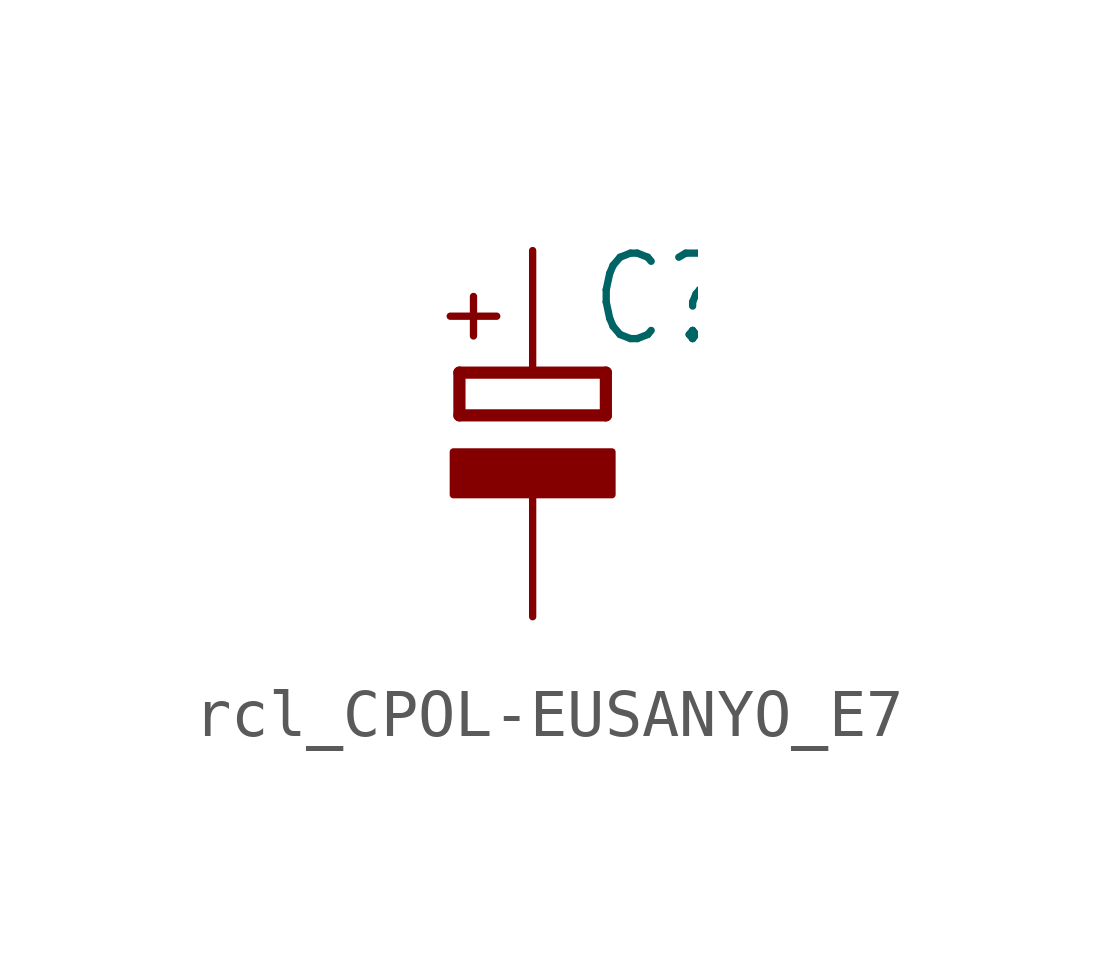
<source format=kicad_sym>
(kicad_symbol_lib
  (version 20231120)
  (generator "kicad_symbol_editor")
  (generator_version "8.0")
  (symbol "rcl_CPOL-EUSANYO_E7"
    (property "Reference" "C"
      (at 1.143 0.483 0)
      (effects (font (size 1.778 1.511)) (justify left bottom)))
    (property "Value" ""
      (at 1.143 -4.597 0)
      (effects (font (size 1.778 1.511)) (justify left bottom)))
    (property "ki_locked" ""
      (at 0 0 0)
      (effects (font (size 1.27 1.27))))
    (symbol "rcl_CPOL-EUSANYO_E7_1_0"
      (rectangle (start -1.651 -2.54) (end 1.651 -1.651) (stroke (width 0) (type default)) (fill (type outline)))
      (polyline (pts (xy -1.524 -0.889) (xy 1.524 -0.889)) (stroke (width 0.254) (type solid)) (fill (type none)))
      (polyline (pts (xy -1.524 0) (xy -1.524 -0.889)) (stroke (width 0.254) (type solid)) (fill (type none)))
      (polyline (pts (xy -1.524 0) (xy 1.524 0)) (stroke (width 0.254) (type solid)) (fill (type none)))
      (polyline (pts (xy 1.524 -0.889) (xy 1.524 0)) (stroke (width 0.254) (type solid)) (fill (type none)))
      (text "+" (at -0.584 0.406 900) (effects (font (size 1.27 1.079)) (justify left bottom)))
      (pin passive line (at 0 2.54 270) (length 2.54) (name "+" (effects (font (size 0 0)))) (number "+" (effects (font (size 0 0)))))
      (pin passive line (at 0 -5.08 90) (length 2.54) (name "-" (effects (font (size 0 0)))) (number "-" (effects (font (size 0 0))))))))
</source>
